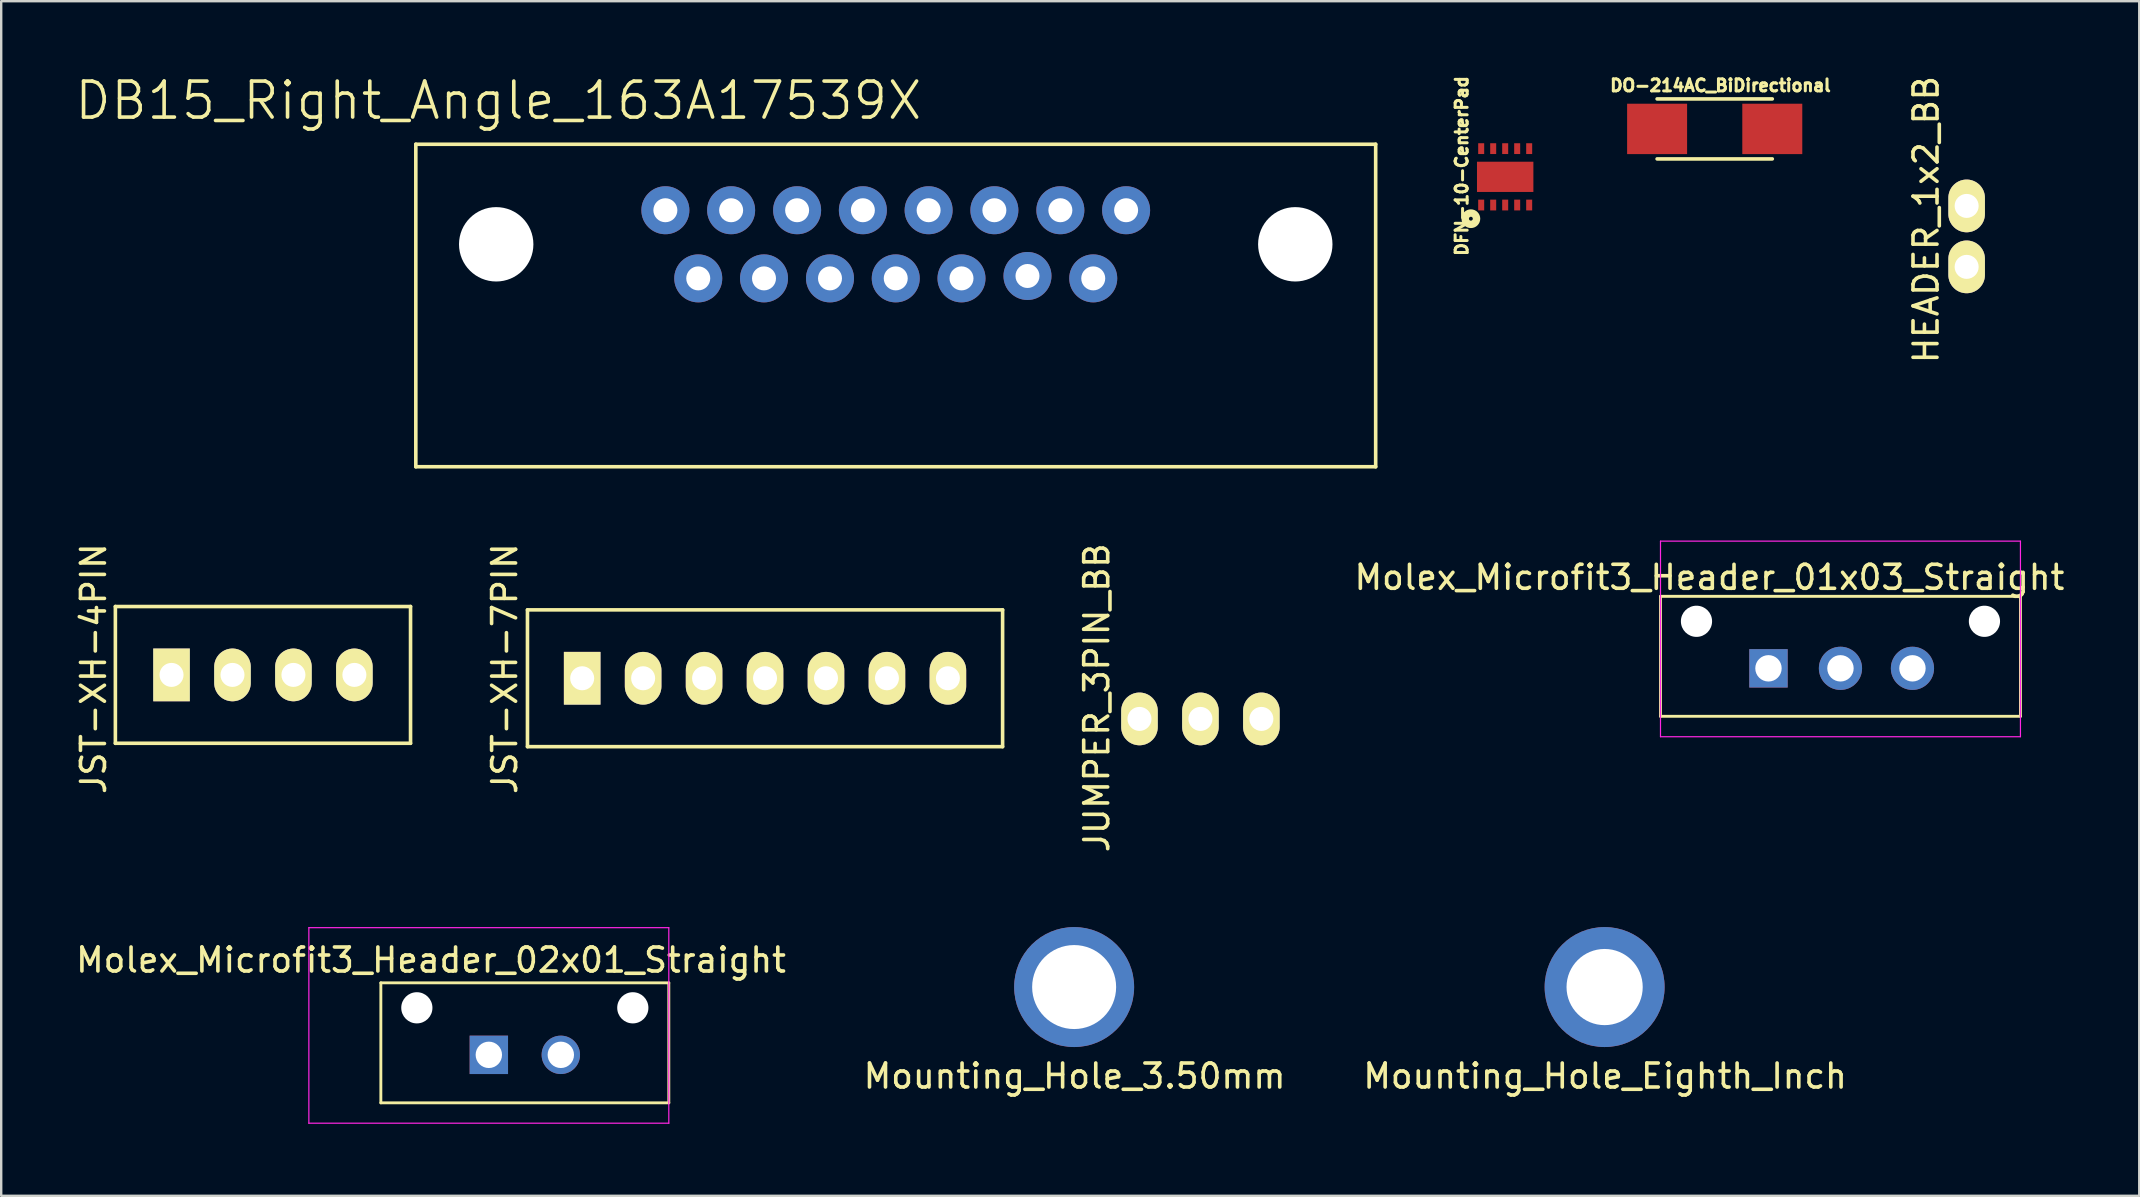
<source format=kicad_pcb>
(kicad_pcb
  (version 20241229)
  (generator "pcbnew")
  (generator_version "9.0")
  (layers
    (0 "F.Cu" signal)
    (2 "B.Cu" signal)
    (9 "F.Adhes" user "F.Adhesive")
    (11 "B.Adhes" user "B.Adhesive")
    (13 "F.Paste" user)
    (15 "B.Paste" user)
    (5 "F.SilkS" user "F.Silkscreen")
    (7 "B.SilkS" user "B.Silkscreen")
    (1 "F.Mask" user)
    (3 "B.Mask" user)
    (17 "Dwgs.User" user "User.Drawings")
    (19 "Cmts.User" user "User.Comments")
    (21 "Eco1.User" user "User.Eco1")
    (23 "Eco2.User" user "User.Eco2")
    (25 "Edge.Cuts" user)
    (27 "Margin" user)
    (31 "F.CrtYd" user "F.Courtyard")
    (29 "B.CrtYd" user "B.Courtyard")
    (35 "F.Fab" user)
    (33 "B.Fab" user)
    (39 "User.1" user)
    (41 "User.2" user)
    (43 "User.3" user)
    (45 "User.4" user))
  (footprint "JST-XH-4PIN"
    (layer "F.Cu")
    (at 7.908 25.075)
    (property "Reference" "JST-XH-4PIN" (at -7.06 -0.26 90) (layer "F.SilkS") (effects (font (size 1 1) (thickness 0.15))))
    (attr through_hole)
    (fp_line (start -6.15 2.85) (end -6.15 -2.85) (stroke (width 0.15) (type solid)) (layer "F.SilkS"))
    (fp_line (start 6.15 -2.85) (end -6.15 -2.85) (stroke (width 0.15) (type solid)) (layer "F.SilkS"))
    (fp_line (start 6.15 -2.85) (end 6.15 2.85) (stroke (width 0.15) (type solid)) (layer "F.SilkS"))
    (fp_line (start 6.15 2.85) (end -6.15 2.85) (stroke (width 0.15) (type solid)) (layer "F.SilkS"))
    (pad "1" thru_hole rect (at -3.81 0) (size 1.524 2.197) (drill 1.001) (layers "*.Cu" "*.Mask" "F.SilkS"))
    (pad "2" thru_hole oval (at -1.27 0) (size 1.524 2.197) (drill 1.001) (layers "*.Cu" "*.Mask" "F.SilkS"))
    (pad "3" thru_hole oval (at 1.27 0) (size 1.524 2.197) (drill 1.001) (layers "*.Cu" "*.Mask" "F.SilkS"))
    (pad "4" thru_hole oval (at 3.81 0) (size 1.524 2.197) (drill 1.001) (layers "*.Cu" "*.Mask" "F.SilkS")))
  (footprint "HEADER_1x2_BB"
    (layer "F.Cu")
    (at 78.905 8.071)
    (property "Reference" "HEADER_1x2_BB" (at -1.69 -1.97 90) (layer "F.SilkS") (effects (font (size 1 1) (thickness 0.15))))
    (attr through_hole)
    (pad "1" thru_hole oval (at 0 0) (size 1.524 2.197) (drill 1.001) (layers "*.Cu" "*.Mask" "F.SilkS"))
    (pad "2" thru_hole oval (at 0 -2.54) (size 1.524 2.197) (drill 1.001) (layers "*.Cu" "*.Mask" "F.SilkS")))
  (footprint "Mounting_Hole_3.50mm"
    (layer "F.Cu")
    (at 41.712 38.083)
    (property "Reference" "Mounting_Hole_3.50mm" (at 0.02 3.71 0) (layer "F.SilkS") (effects (font (size 1 1) (thickness 0.15))))
    (attr through_hole)
    (pad "1" thru_hole circle (at 0 0) (size 5 5) (drill 3.5) (layers "*.Cu" "*.Mask")))
  (footprint "JST-XH-7PIN"
    (layer "F.Cu")
    (at 28.831 25.215)
    (property "Reference" "JST-XH-7PIN" (at -10.85 -0.4 90) (layer "F.SilkS") (effects (font (size 1 1) (thickness 0.15))))
    (attr through_hole)
    (fp_line (start -9.9 2.85) (end -9.9 -2.85) (stroke (width 0.15) (type solid)) (layer "F.SilkS"))
    (fp_line (start -9.9 2.85) (end 9.9 2.85) (stroke (width 0.15) (type solid)) (layer "F.SilkS"))
    (fp_line (start 9.9 -2.85) (end -9.9 -2.85) (stroke (width 0.15) (type solid)) (layer "F.SilkS"))
    (fp_line (start 9.9 -2.85) (end 9.9 2.85) (stroke (width 0.15) (type solid)) (layer "F.SilkS"))
    (pad "1" thru_hole rect (at -7.62 0) (size 1.524 2.197) (drill 1.001) (layers "*.Cu" "*.Mask" "F.SilkS"))
    (pad "2" thru_hole oval (at -5.08 0) (size 1.524 2.197) (drill 1.001) (layers "*.Cu" "*.Mask" "F.SilkS"))
    (pad "3" thru_hole oval (at -2.54 0) (size 1.524 2.197) (drill 1.001) (layers "*.Cu" "*.Mask" "F.SilkS"))
    (pad "4" thru_hole oval (at 0 0) (size 1.524 2.197) (drill 1.001) (layers "*.Cu" "*.Mask" "F.SilkS"))
    (pad "5" thru_hole oval (at 2.54 0) (size 1.524 2.197) (drill 1.001) (layers "*.Cu" "*.Mask" "F.SilkS"))
    (pad "6" thru_hole oval (at 5.08 0) (size 1.524 2.197) (drill 1.001) (layers "*.Cu" "*.Mask" "F.SilkS"))
    (pad "7" thru_hole oval (at 7.62 0) (size 1.524 2.197) (drill 1.001) (layers "*.Cu" "*.Mask" "F.SilkS")))
  (footprint "DO-214AC_BiDirectional"
    (layer "F.Cu")
    (at 66.006 2.322)
    (property "Reference" "DO-214AC_BiDirectional" (at 2.64 -1.81 0) (layer "F.SilkS") (effects (font (size 0.5 0.5) (thickness 0.125))))
    (attr through_hole)
    (fp_line (start 0 -1.25) (end 4.8 -1.25) (stroke (width 0.15) (type solid)) (layer "F.SilkS"))
    (fp_line (start 0 1.25) (end 4.8 1.25) (stroke (width 0.15) (type solid)) (layer "F.SilkS"))
    (pad "1" smd rect (at 0 0) (size 2.5 2.1) (layers "F.Cu" "F.Mask" "F.Paste"))
    (pad "2" smd rect (at 4.8 0) (size 2.5 2.1) (layers "F.Cu" "F.Mask" "F.Paste")))
  (footprint "Mounting_Hole_Eighth_Inch"
    (layer "F.Cu")
    (at 63.819 38.083)
    (property "Reference" "Mounting_Hole_Eighth_Inch" (at 0.02 3.71 0) (layer "F.SilkS") (effects (font (size 1 1) (thickness 0.15))))
    (attr through_hole)
    (pad "1" thru_hole circle (at 0 0) (size 5 5) (drill 3.175) (layers "*.Cu" "*.Mask")))
  (footprint "Molex_Microfit3_Header_02x01_Straight"
    (layer "F.Cu")
    (at 20.321 40.908)
    (property "Reference" "Molex_Microfit3_Header_02x01_Straight" (at -5.41 -3.95 0) (layer "F.SilkS") (effects (font (size 1 1) (thickness 0.15))))
    (attr through_hole)
    (fp_line (start -7.5 2) (end -7.5 -3) (stroke (width 0.12) (type solid)) (layer "F.SilkS"))
    (fp_line (start 4.5 -3) (end -7.5 -3) (stroke (width 0.12) (type solid)) (layer "F.SilkS"))
    (fp_line (start 4.5 -3) (end 4.5 2) (stroke (width 0.12) (type solid)) (layer "F.SilkS"))
    (fp_line (start 4.5 2) (end -7.5 2) (stroke (width 0.12) (type solid)) (layer "F.SilkS"))
    (fp_line (start -10.5 2.85) (end -10.5 -5.3) (stroke (width 0.05) (type solid)) (layer "F.CrtYd"))
    (fp_line (start 4.5 -5.3) (end -10.5 -5.3) (stroke (width 0.05) (type solid)) (layer "F.CrtYd"))
    (fp_line (start 4.5 2.85) (end -10.5 2.85) (stroke (width 0.05) (type solid)) (layer "F.CrtYd"))
    (fp_line (start 4.5 2.85) (end 4.5 -5.3) (stroke (width 0.05) (type solid)) (layer "F.CrtYd"))
    (pad "" np_thru_hole circle (at -6 -1.96) (size 1.3 1.3) (drill 1.3) (layers "*.Cu" "*.Mask"))
    (pad "" np_thru_hole circle (at 3 -1.96) (size 1.3 1.3) (drill 1.3) (layers "*.Cu" "*.Mask"))
    (pad "1" thru_hole rect (at -3 0) (size 1.6 1.6) (drill 1.1) (layers "*.Cu" "*.Mask"))
    (pad "2" thru_hole circle (at 0 0) (size 1.6 1.6) (drill 1.1) (layers "*.Cu" "*.Mask")))
  (footprint "DB15_Right_Angle_163A17539X"
    (layer "F.Cu")
    (at 34.278 5.711)
    (property "Reference" "DB15_Right_Angle_163A17539X" (at -16.56 -4.57 0) (layer "F.SilkS") (effects (font (size 1.5 1.5) (thickness 0.15))))
    (attr through_hole)
    (fp_line (start -20 -2.75) (end 20 -2.75) (stroke (width 0.15) (type solid)) (layer "F.SilkS"))
    (fp_line (start -20 10.69) (end -20 -2.75) (stroke (width 0.15) (type solid)) (layer "F.SilkS"))
    (fp_line (start -20 10.69) (end 20 10.69) (stroke (width 0.15) (type solid)) (layer "F.SilkS"))
    (fp_line (start 20 10.69) (end 20 -2.75) (stroke (width 0.15) (type solid)) (layer "F.SilkS"))
    (pad "" np_thru_hole circle (at -16.65 1.42) (size 3.1 3.1) (drill 3.1) (layers "*.Cu" "*.Mask"))
    (pad "" np_thru_hole circle (at 16.65 1.42) (size 3.1 3.1) (drill 3.1) (layers "*.Cu" "*.Mask"))
    (pad "1" thru_hole circle (at -9.6 0) (size 2 2) (drill 1) (layers "*.Cu" "*.Mask"))
    (pad "2" thru_hole circle (at -6.86 0) (size 2 2) (drill 1) (layers "*.Cu" "*.Mask"))
    (pad "3" thru_hole circle (at -4.11 0) (size 2 2) (drill 1) (layers "*.Cu" "*.Mask"))
    (pad "4" thru_hole circle (at -1.37 0) (size 2 2) (drill 1) (layers "*.Cu" "*.Mask"))
    (pad "5" thru_hole circle (at 1.37 0) (size 2 2) (drill 1) (layers "*.Cu" "*.Mask"))
    (pad "6" thru_hole circle (at 4.11 0) (size 2 2) (drill 1) (layers "*.Cu" "*.Mask"))
    (pad "7" thru_hole circle (at 6.86 0) (size 2 2) (drill 1) (layers "*.Cu" "*.Mask"))
    (pad "8" thru_hole circle (at 9.6 0) (size 2 2) (drill 1) (layers "*.Cu" "*.Mask"))
    (pad "9" thru_hole circle (at -8.23 2.84) (size 2 2) (drill 1) (layers "*.Cu" "*.Mask"))
    (pad "10" thru_hole circle (at -5.49 2.84) (size 2 2) (drill 1) (layers "*.Cu" "*.Mask"))
    (pad "11" thru_hole circle (at -2.74 2.84) (size 2 2) (drill 1) (layers "*.Cu" "*.Mask"))
    (pad "12" thru_hole circle (at 0 2.84) (size 2 2) (drill 1) (layers "*.Cu" "*.Mask"))
    (pad "13" thru_hole circle (at 2.74 2.84) (size 2 2) (drill 1) (layers "*.Cu" "*.Mask"))
    (pad "14" thru_hole circle (at 5.49 2.74) (size 2 2) (drill 1) (layers "*.Cu" "*.Mask"))
    (pad "15" thru_hole circle (at 8.23 2.84) (size 2 2) (drill 1) (layers "*.Cu" "*.Mask")))
  (footprint "JUMPER_3PIN_BB"
    (layer "F.Cu")
    (at 46.975 26.909)
    (property "Reference" "JUMPER_3PIN_BB" (at -4.32 -0.88 90) (layer "F.SilkS") (effects (font (size 1 1) (thickness 0.15))))
    (attr through_hole)
    (pad "1" thru_hole oval (at -2.54 0) (size 1.524 2.197) (drill 1.001) (layers "*.Cu" "*.Mask" "F.SilkS"))
    (pad "2" thru_hole oval (at 0 0) (size 1.524 2.197) (drill 1.001) (layers "*.Cu" "*.Mask" "F.SilkS"))
    (pad "3" thru_hole oval (at 2.54 0) (size 1.524 2.197) (drill 1.001) (layers "*.Cu" "*.Mask" "F.SilkS")))
  (footprint "Molex_Microfit3_Header_01x03_Straight"
    (layer "F.Cu")
    (at 76.647 24.801)
    (property "Reference" "Molex_Microfit3_Header_01x03_Straight" (at -8.46 -3.79 180) (layer "F.SilkS") (effects (font (size 1 1) (thickness 0.15))))
    (attr through_hole)
    (fp_line (start -10.5 2) (end -10.5 -3) (stroke (width 0.12) (type solid)) (layer "F.SilkS"))
    (fp_line (start 4.5 -3) (end -10.5 -3) (stroke (width 0.12) (type solid)) (layer "F.SilkS"))
    (fp_line (start 4.5 -3) (end 4.5 2) (stroke (width 0.12) (type solid)) (layer "F.SilkS"))
    (fp_line (start 4.5 2) (end -10.5 2) (stroke (width 0.12) (type solid)) (layer "F.SilkS"))
    (fp_line (start -10.5 2.85) (end -10.5 -5.3) (stroke (width 0.05) (type solid)) (layer "F.CrtYd"))
    (fp_line (start 4.5 -5.3) (end -10.5 -5.3) (stroke (width 0.05) (type solid)) (layer "F.CrtYd"))
    (fp_line (start 4.5 2.85) (end -10.5 2.85) (stroke (width 0.05) (type solid)) (layer "F.CrtYd"))
    (fp_line (start 4.5 2.85) (end 4.5 -5.3) (stroke (width 0.05) (type solid)) (layer "F.CrtYd"))
    (pad "" np_thru_hole circle (at -9 -1.96) (size 1.3 1.3) (drill 1.3) (layers "*.Cu" "*.Mask"))
    (pad "" np_thru_hole circle (at 3 -1.96) (size 1.3 1.3) (drill 1.3) (layers "*.Cu" "*.Mask"))
    (pad "1" thru_hole rect (at -6 0) (size 1.6 1.6) (drill 1.1) (layers "*.Cu" "*.Mask"))
    (pad "2" thru_hole circle (at -3 0) (size 1.8 1.8) (drill 1.1) (layers "*.Cu" "*.Mask"))
    (pad "3" thru_hole circle (at 0 0) (size 1.8 1.8) (drill 1.1) (layers "*.Cu" "*.Mask")))
  (footprint "DFN-10-CenterPad"
    (layer "F.Cu")
    (at 60.675 3.144)
    (property "Reference" "DFN-10-CenterPad" (at -2.81 0.72 90) (layer "F.SilkS") (effects (font (size 0.5 0.5) (thickness 0.125))))
    (attr through_hole)
    (fp_circle (center -2.43 2.92) (end -2.44 2.84) (stroke (width 0.31) (type solid)) (fill no) (layer "F.SilkS"))
    (pad "1" smd rect (at -2 2.35) (size 0.25 0.45) (layers "F.Cu" "F.Mask" "F.Paste"))
    (pad "2" smd rect (at -1.5 2.35) (size 0.25 0.45) (layers "F.Cu" "F.Mask" "F.Paste"))
    (pad "3" smd rect (at -1 2.35) (size 0.25 0.45) (layers "F.Cu" "F.Mask" "F.Paste"))
    (pad "4" smd rect (at -0.5 2.35) (size 0.25 0.45) (layers "F.Cu" "F.Mask" "F.Paste"))
    (pad "5" smd rect (at 0 2.35) (size 0.25 0.45) (layers "F.Cu" "F.Mask" "F.Paste"))
    (pad "6" smd rect (at 0 0) (size 0.25 0.45) (layers "F.Cu" "F.Mask" "F.Paste"))
    (pad "7" smd rect (at -0.5 0) (size 0.25 0.45) (layers "F.Cu" "F.Mask" "F.Paste"))
    (pad "8" smd rect (at -1 0) (size 0.25 0.45) (layers "F.Cu" "F.Mask" "F.Paste"))
    (pad "9" smd rect (at -1.5 0) (size 0.25 0.45) (layers "F.Cu" "F.Mask" "F.Paste"))
    (pad "10" smd rect (at -2 0) (size 0.25 0.45) (layers "F.Cu" "F.Mask" "F.Paste"))
    (pad "11" smd rect (at -1 1.175) (size 2.35 1.26) (layers "F.Cu" "F.Mask" "F.Paste")))
  (gr_rect
    (start -3 -3)
    (end 86.098 46.783)
    (stroke (width 0.1) (type default))
    (fill no)
    (layer "Edge.Cuts")))
</source>
